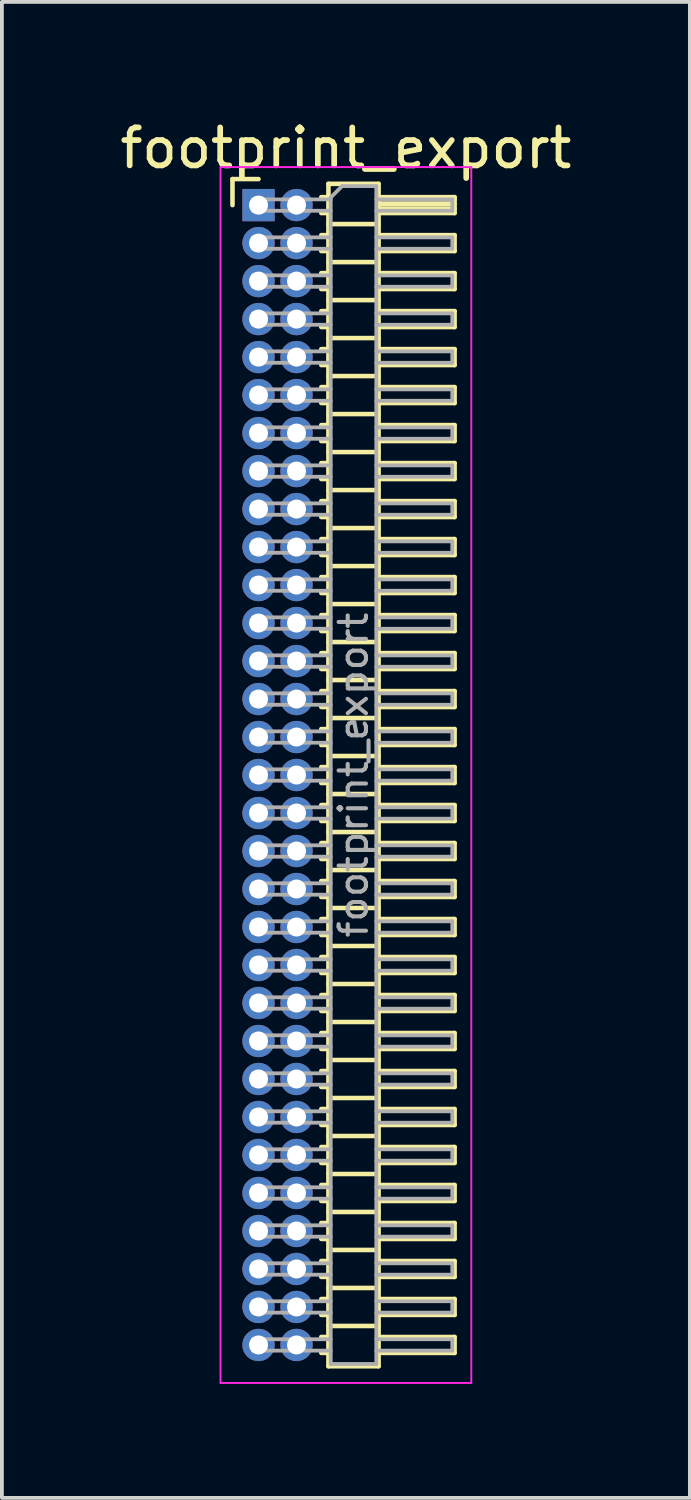
<source format=kicad_pcb>
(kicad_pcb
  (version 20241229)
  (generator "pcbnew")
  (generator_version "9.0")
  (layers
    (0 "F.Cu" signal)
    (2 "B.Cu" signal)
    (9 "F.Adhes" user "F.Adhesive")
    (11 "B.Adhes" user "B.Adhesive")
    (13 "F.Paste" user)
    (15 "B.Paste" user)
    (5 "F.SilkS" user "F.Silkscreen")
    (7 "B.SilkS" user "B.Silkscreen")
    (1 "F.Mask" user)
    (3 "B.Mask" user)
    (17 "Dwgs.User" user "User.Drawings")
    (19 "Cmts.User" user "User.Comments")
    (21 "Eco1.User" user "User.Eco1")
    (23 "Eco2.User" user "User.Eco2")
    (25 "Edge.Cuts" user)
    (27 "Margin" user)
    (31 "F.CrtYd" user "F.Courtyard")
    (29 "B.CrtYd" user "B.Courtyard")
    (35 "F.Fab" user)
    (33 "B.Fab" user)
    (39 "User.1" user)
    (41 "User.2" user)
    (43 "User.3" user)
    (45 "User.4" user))
  (footprint "footprint_export"
    (layer "F.Cu")
    (at 3.754 2.348)
    (property "Reference" "footprint_export" (at 2.3 -1.5 0) (layer "F.SilkS") (effects (font (size 1 1) (thickness 0.15))))
    (attr through_hole)
    (fp_line (start -0.685 -0.685) (end 0 -0.685) (stroke (width 0.12) (type solid)) (layer "F.SilkS"))
    (fp_line (start -0.685 0) (end -0.685 -0.685) (stroke (width 0.12) (type solid)) (layer "F.SilkS"))
    (fp_line (start 1.652 -0.21) (end 1.84 -0.21) (stroke (width 0.12) (type solid)) (layer "F.SilkS"))
    (fp_line (start 1.652 0.21) (end 1.84 0.21) (stroke (width 0.12) (type solid)) (layer "F.SilkS"))
    (fp_line (start 1.652 0.79) (end 1.84 0.79) (stroke (width 0.12) (type solid)) (layer "F.SilkS"))
    (fp_line (start 1.652 1.21) (end 1.84 1.21) (stroke (width 0.12) (type solid)) (layer "F.SilkS"))
    (fp_line (start 1.652 1.79) (end 1.84 1.79) (stroke (width 0.12) (type solid)) (layer "F.SilkS"))
    (fp_line (start 1.652 2.21) (end 1.84 2.21) (stroke (width 0.12) (type solid)) (layer "F.SilkS"))
    (fp_line (start 1.652 2.79) (end 1.84 2.79) (stroke (width 0.12) (type solid)) (layer "F.SilkS"))
    (fp_line (start 1.652 3.21) (end 1.84 3.21) (stroke (width 0.12) (type solid)) (layer "F.SilkS"))
    (fp_line (start 1.652 3.79) (end 1.84 3.79) (stroke (width 0.12) (type solid)) (layer "F.SilkS"))
    (fp_line (start 1.652 4.21) (end 1.84 4.21) (stroke (width 0.12) (type solid)) (layer "F.SilkS"))
    (fp_line (start 1.652 4.79) (end 1.84 4.79) (stroke (width 0.12) (type solid)) (layer "F.SilkS"))
    (fp_line (start 1.652 5.21) (end 1.84 5.21) (stroke (width 0.12) (type solid)) (layer "F.SilkS"))
    (fp_line (start 1.652 5.79) (end 1.84 5.79) (stroke (width 0.12) (type solid)) (layer "F.SilkS"))
    (fp_line (start 1.652 6.21) (end 1.84 6.21) (stroke (width 0.12) (type solid)) (layer "F.SilkS"))
    (fp_line (start 1.652 6.79) (end 1.84 6.79) (stroke (width 0.12) (type solid)) (layer "F.SilkS"))
    (fp_line (start 1.652 7.21) (end 1.84 7.21) (stroke (width 0.12) (type solid)) (layer "F.SilkS"))
    (fp_line (start 1.652 7.79) (end 1.84 7.79) (stroke (width 0.12) (type solid)) (layer "F.SilkS"))
    (fp_line (start 1.652 8.21) (end 1.84 8.21) (stroke (width 0.12) (type solid)) (layer "F.SilkS"))
    (fp_line (start 1.652 8.79) (end 1.84 8.79) (stroke (width 0.12) (type solid)) (layer "F.SilkS"))
    (fp_line (start 1.652 9.21) (end 1.84 9.21) (stroke (width 0.12) (type solid)) (layer "F.SilkS"))
    (fp_line (start 1.652 9.79) (end 1.84 9.79) (stroke (width 0.12) (type solid)) (layer "F.SilkS"))
    (fp_line (start 1.652 10.21) (end 1.84 10.21) (stroke (width 0.12) (type solid)) (layer "F.SilkS"))
    (fp_line (start 1.652 10.79) (end 1.84 10.79) (stroke (width 0.12) (type solid)) (layer "F.SilkS"))
    (fp_line (start 1.652 11.21) (end 1.84 11.21) (stroke (width 0.12) (type solid)) (layer "F.SilkS"))
    (fp_line (start 1.652 11.79) (end 1.84 11.79) (stroke (width 0.12) (type solid)) (layer "F.SilkS"))
    (fp_line (start 1.652 12.21) (end 1.84 12.21) (stroke (width 0.12) (type solid)) (layer "F.SilkS"))
    (fp_line (start 1.652 12.79) (end 1.84 12.79) (stroke (width 0.12) (type solid)) (layer "F.SilkS"))
    (fp_line (start 1.652 13.21) (end 1.84 13.21) (stroke (width 0.12) (type solid)) (layer "F.SilkS"))
    (fp_line (start 1.652 13.79) (end 1.84 13.79) (stroke (width 0.12) (type solid)) (layer "F.SilkS"))
    (fp_line (start 1.652 14.21) (end 1.84 14.21) (stroke (width 0.12) (type solid)) (layer "F.SilkS"))
    (fp_line (start 1.652 14.79) (end 1.84 14.79) (stroke (width 0.12) (type solid)) (layer "F.SilkS"))
    (fp_line (start 1.652 15.21) (end 1.84 15.21) (stroke (width 0.12) (type solid)) (layer "F.SilkS"))
    (fp_line (start 1.652 15.79) (end 1.84 15.79) (stroke (width 0.12) (type solid)) (layer "F.SilkS"))
    (fp_line (start 1.652 16.21) (end 1.84 16.21) (stroke (width 0.12) (type solid)) (layer "F.SilkS"))
    (fp_line (start 1.652 16.79) (end 1.84 16.79) (stroke (width 0.12) (type solid)) (layer "F.SilkS"))
    (fp_line (start 1.652 17.21) (end 1.84 17.21) (stroke (width 0.12) (type solid)) (layer "F.SilkS"))
    (fp_line (start 1.652 17.79) (end 1.84 17.79) (stroke (width 0.12) (type solid)) (layer "F.SilkS"))
    (fp_line (start 1.652 18.21) (end 1.84 18.21) (stroke (width 0.12) (type solid)) (layer "F.SilkS"))
    (fp_line (start 1.652 18.79) (end 1.84 18.79) (stroke (width 0.12) (type solid)) (layer "F.SilkS"))
    (fp_line (start 1.652 19.21) (end 1.84 19.21) (stroke (width 0.12) (type solid)) (layer "F.SilkS"))
    (fp_line (start 1.652 19.79) (end 1.84 19.79) (stroke (width 0.12) (type solid)) (layer "F.SilkS"))
    (fp_line (start 1.652 20.21) (end 1.84 20.21) (stroke (width 0.12) (type solid)) (layer "F.SilkS"))
    (fp_line (start 1.652 20.79) (end 1.84 20.79) (stroke (width 0.12) (type solid)) (layer "F.SilkS"))
    (fp_line (start 1.652 21.21) (end 1.84 21.21) (stroke (width 0.12) (type solid)) (layer "F.SilkS"))
    (fp_line (start 1.652 21.79) (end 1.84 21.79) (stroke (width 0.12) (type solid)) (layer "F.SilkS"))
    (fp_line (start 1.652 22.21) (end 1.84 22.21) (stroke (width 0.12) (type solid)) (layer "F.SilkS"))
    (fp_line (start 1.652 22.79) (end 1.84 22.79) (stroke (width 0.12) (type solid)) (layer "F.SilkS"))
    (fp_line (start 1.652 23.21) (end 1.84 23.21) (stroke (width 0.12) (type solid)) (layer "F.SilkS"))
    (fp_line (start 1.652 23.79) (end 1.84 23.79) (stroke (width 0.12) (type solid)) (layer "F.SilkS"))
    (fp_line (start 1.652 24.21) (end 1.84 24.21) (stroke (width 0.12) (type solid)) (layer "F.SilkS"))
    (fp_line (start 1.652 24.79) (end 1.84 24.79) (stroke (width 0.12) (type solid)) (layer "F.SilkS"))
    (fp_line (start 1.652 25.21) (end 1.84 25.21) (stroke (width 0.12) (type solid)) (layer "F.SilkS"))
    (fp_line (start 1.652 25.79) (end 1.84 25.79) (stroke (width 0.12) (type solid)) (layer "F.SilkS"))
    (fp_line (start 1.652 26.21) (end 1.84 26.21) (stroke (width 0.12) (type solid)) (layer "F.SilkS"))
    (fp_line (start 1.652 26.79) (end 1.84 26.79) (stroke (width 0.12) (type solid)) (layer "F.SilkS"))
    (fp_line (start 1.652 27.21) (end 1.84 27.21) (stroke (width 0.12) (type solid)) (layer "F.SilkS"))
    (fp_line (start 1.652 27.79) (end 1.84 27.79) (stroke (width 0.12) (type solid)) (layer "F.SilkS"))
    (fp_line (start 1.652 28.21) (end 1.84 28.21) (stroke (width 0.12) (type solid)) (layer "F.SilkS"))
    (fp_line (start 1.652 28.79) (end 1.84 28.79) (stroke (width 0.12) (type solid)) (layer "F.SilkS"))
    (fp_line (start 1.652 29.21) (end 1.84 29.21) (stroke (width 0.12) (type solid)) (layer "F.SilkS"))
    (fp_line (start 1.652 29.79) (end 1.84 29.79) (stroke (width 0.12) (type solid)) (layer "F.SilkS"))
    (fp_line (start 1.652 30.21) (end 1.84 30.21) (stroke (width 0.12) (type solid)) (layer "F.SilkS"))
    (fp_line (start 1.84 -0.56) (end 1.84 30.56) (stroke (width 0.12) (type solid)) (layer "F.SilkS"))
    (fp_line (start 1.84 0.5) (end 3.16 0.5) (stroke (width 0.12) (type solid)) (layer "F.SilkS"))
    (fp_line (start 1.84 1.5) (end 3.16 1.5) (stroke (width 0.12) (type solid)) (layer "F.SilkS"))
    (fp_line (start 1.84 2.5) (end 3.16 2.5) (stroke (width 0.12) (type solid)) (layer "F.SilkS"))
    (fp_line (start 1.84 3.5) (end 3.16 3.5) (stroke (width 0.12) (type solid)) (layer "F.SilkS"))
    (fp_line (start 1.84 4.5) (end 3.16 4.5) (stroke (width 0.12) (type solid)) (layer "F.SilkS"))
    (fp_line (start 1.84 5.5) (end 3.16 5.5) (stroke (width 0.12) (type solid)) (layer "F.SilkS"))
    (fp_line (start 1.84 6.5) (end 3.16 6.5) (stroke (width 0.12) (type solid)) (layer "F.SilkS"))
    (fp_line (start 1.84 7.5) (end 3.16 7.5) (stroke (width 0.12) (type solid)) (layer "F.SilkS"))
    (fp_line (start 1.84 8.5) (end 3.16 8.5) (stroke (width 0.12) (type solid)) (layer "F.SilkS"))
    (fp_line (start 1.84 9.5) (end 3.16 9.5) (stroke (width 0.12) (type solid)) (layer "F.SilkS"))
    (fp_line (start 1.84 10.5) (end 3.16 10.5) (stroke (width 0.12) (type solid)) (layer "F.SilkS"))
    (fp_line (start 1.84 11.5) (end 3.16 11.5) (stroke (width 0.12) (type solid)) (layer "F.SilkS"))
    (fp_line (start 1.84 12.5) (end 3.16 12.5) (stroke (width 0.12) (type solid)) (layer "F.SilkS"))
    (fp_line (start 1.84 13.5) (end 3.16 13.5) (stroke (width 0.12) (type solid)) (layer "F.SilkS"))
    (fp_line (start 1.84 14.5) (end 3.16 14.5) (stroke (width 0.12) (type solid)) (layer "F.SilkS"))
    (fp_line (start 1.84 15.5) (end 3.16 15.5) (stroke (width 0.12) (type solid)) (layer "F.SilkS"))
    (fp_line (start 1.84 16.5) (end 3.16 16.5) (stroke (width 0.12) (type solid)) (layer "F.SilkS"))
    (fp_line (start 1.84 17.5) (end 3.16 17.5) (stroke (width 0.12) (type solid)) (layer "F.SilkS"))
    (fp_line (start 1.84 18.5) (end 3.16 18.5) (stroke (width 0.12) (type solid)) (layer "F.SilkS"))
    (fp_line (start 1.84 19.5) (end 3.16 19.5) (stroke (width 0.12) (type solid)) (layer "F.SilkS"))
    (fp_line (start 1.84 20.5) (end 3.16 20.5) (stroke (width 0.12) (type solid)) (layer "F.SilkS"))
    (fp_line (start 1.84 21.5) (end 3.16 21.5) (stroke (width 0.12) (type solid)) (layer "F.SilkS"))
    (fp_line (start 1.84 22.5) (end 3.16 22.5) (stroke (width 0.12) (type solid)) (layer "F.SilkS"))
    (fp_line (start 1.84 23.5) (end 3.16 23.5) (stroke (width 0.12) (type solid)) (layer "F.SilkS"))
    (fp_line (start 1.84 24.5) (end 3.16 24.5) (stroke (width 0.12) (type solid)) (layer "F.SilkS"))
    (fp_line (start 1.84 25.5) (end 3.16 25.5) (stroke (width 0.12) (type solid)) (layer "F.SilkS"))
    (fp_line (start 1.84 26.5) (end 3.16 26.5) (stroke (width 0.12) (type solid)) (layer "F.SilkS"))
    (fp_line (start 1.84 27.5) (end 3.16 27.5) (stroke (width 0.12) (type solid)) (layer "F.SilkS"))
    (fp_line (start 1.84 28.5) (end 3.16 28.5) (stroke (width 0.12) (type solid)) (layer "F.SilkS"))
    (fp_line (start 1.84 29.5) (end 3.16 29.5) (stroke (width 0.12) (type solid)) (layer "F.SilkS"))
    (fp_line (start 1.84 30.56) (end 3.16 30.56) (stroke (width 0.12) (type solid)) (layer "F.SilkS"))
    (fp_line (start 3.16 -0.56) (end 1.84 -0.56) (stroke (width 0.12) (type solid)) (layer "F.SilkS"))
    (fp_line (start 3.16 -0.21) (end 5.16 -0.21) (stroke (width 0.12) (type solid)) (layer "F.SilkS"))
    (fp_line (start 3.16 -0.15) (end 5.16 -0.15) (stroke (width 0.12) (type solid)) (layer "F.SilkS"))
    (fp_line (start 3.16 -0.03) (end 5.16 -0.03) (stroke (width 0.12) (type solid)) (layer "F.SilkS"))
    (fp_line (start 3.16 0.09) (end 5.16 0.09) (stroke (width 0.12) (type solid)) (layer "F.SilkS"))
    (fp_line (start 3.16 0.79) (end 5.16 0.79) (stroke (width 0.12) (type solid)) (layer "F.SilkS"))
    (fp_line (start 3.16 1.79) (end 5.16 1.79) (stroke (width 0.12) (type solid)) (layer "F.SilkS"))
    (fp_line (start 3.16 2.79) (end 5.16 2.79) (stroke (width 0.12) (type solid)) (layer "F.SilkS"))
    (fp_line (start 3.16 3.79) (end 5.16 3.79) (stroke (width 0.12) (type solid)) (layer "F.SilkS"))
    (fp_line (start 3.16 4.79) (end 5.16 4.79) (stroke (width 0.12) (type solid)) (layer "F.SilkS"))
    (fp_line (start 3.16 5.79) (end 5.16 5.79) (stroke (width 0.12) (type solid)) (layer "F.SilkS"))
    (fp_line (start 3.16 6.79) (end 5.16 6.79) (stroke (width 0.12) (type solid)) (layer "F.SilkS"))
    (fp_line (start 3.16 7.79) (end 5.16 7.79) (stroke (width 0.12) (type solid)) (layer "F.SilkS"))
    (fp_line (start 3.16 8.79) (end 5.16 8.79) (stroke (width 0.12) (type solid)) (layer "F.SilkS"))
    (fp_line (start 3.16 9.79) (end 5.16 9.79) (stroke (width 0.12) (type solid)) (layer "F.SilkS"))
    (fp_line (start 3.16 10.79) (end 5.16 10.79) (stroke (width 0.12) (type solid)) (layer "F.SilkS"))
    (fp_line (start 3.16 11.79) (end 5.16 11.79) (stroke (width 0.12) (type solid)) (layer "F.SilkS"))
    (fp_line (start 3.16 12.79) (end 5.16 12.79) (stroke (width 0.12) (type solid)) (layer "F.SilkS"))
    (fp_line (start 3.16 13.79) (end 5.16 13.79) (stroke (width 0.12) (type solid)) (layer "F.SilkS"))
    (fp_line (start 3.16 14.79) (end 5.16 14.79) (stroke (width 0.12) (type solid)) (layer "F.SilkS"))
    (fp_line (start 3.16 15.79) (end 5.16 15.79) (stroke (width 0.12) (type solid)) (layer "F.SilkS"))
    (fp_line (start 3.16 16.79) (end 5.16 16.79) (stroke (width 0.12) (type solid)) (layer "F.SilkS"))
    (fp_line (start 3.16 17.79) (end 5.16 17.79) (stroke (width 0.12) (type solid)) (layer "F.SilkS"))
    (fp_line (start 3.16 18.79) (end 5.16 18.79) (stroke (width 0.12) (type solid)) (layer "F.SilkS"))
    (fp_line (start 3.16 19.79) (end 5.16 19.79) (stroke (width 0.12) (type solid)) (layer "F.SilkS"))
    (fp_line (start 3.16 20.79) (end 5.16 20.79) (stroke (width 0.12) (type solid)) (layer "F.SilkS"))
    (fp_line (start 3.16 21.79) (end 5.16 21.79) (stroke (width 0.12) (type solid)) (layer "F.SilkS"))
    (fp_line (start 3.16 22.79) (end 5.16 22.79) (stroke (width 0.12) (type solid)) (layer "F.SilkS"))
    (fp_line (start 3.16 23.79) (end 5.16 23.79) (stroke (width 0.12) (type solid)) (layer "F.SilkS"))
    (fp_line (start 3.16 24.79) (end 5.16 24.79) (stroke (width 0.12) (type solid)) (layer "F.SilkS"))
    (fp_line (start 3.16 25.79) (end 5.16 25.79) (stroke (width 0.12) (type solid)) (layer "F.SilkS"))
    (fp_line (start 3.16 26.79) (end 5.16 26.79) (stroke (width 0.12) (type solid)) (layer "F.SilkS"))
    (fp_line (start 3.16 27.79) (end 5.16 27.79) (stroke (width 0.12) (type solid)) (layer "F.SilkS"))
    (fp_line (start 3.16 28.79) (end 5.16 28.79) (stroke (width 0.12) (type solid)) (layer "F.SilkS"))
    (fp_line (start 3.16 29.79) (end 5.16 29.79) (stroke (width 0.12) (type solid)) (layer "F.SilkS"))
    (fp_line (start 3.16 30.56) (end 3.16 -0.56) (stroke (width 0.12) (type solid)) (layer "F.SilkS"))
    (fp_line (start 5.16 -0.21) (end 5.16 0.21) (stroke (width 0.12) (type solid)) (layer "F.SilkS"))
    (fp_line (start 5.16 0.21) (end 3.16 0.21) (stroke (width 0.12) (type solid)) (layer "F.SilkS"))
    (fp_line (start 5.16 0.79) (end 5.16 1.21) (stroke (width 0.12) (type solid)) (layer "F.SilkS"))
    (fp_line (start 5.16 1.21) (end 3.16 1.21) (stroke (width 0.12) (type solid)) (layer "F.SilkS"))
    (fp_line (start 5.16 1.79) (end 5.16 2.21) (stroke (width 0.12) (type solid)) (layer "F.SilkS"))
    (fp_line (start 5.16 2.21) (end 3.16 2.21) (stroke (width 0.12) (type solid)) (layer "F.SilkS"))
    (fp_line (start 5.16 2.79) (end 5.16 3.21) (stroke (width 0.12) (type solid)) (layer "F.SilkS"))
    (fp_line (start 5.16 3.21) (end 3.16 3.21) (stroke (width 0.12) (type solid)) (layer "F.SilkS"))
    (fp_line (start 5.16 3.79) (end 5.16 4.21) (stroke (width 0.12) (type solid)) (layer "F.SilkS"))
    (fp_line (start 5.16 4.21) (end 3.16 4.21) (stroke (width 0.12) (type solid)) (layer "F.SilkS"))
    (fp_line (start 5.16 4.79) (end 5.16 5.21) (stroke (width 0.12) (type solid)) (layer "F.SilkS"))
    (fp_line (start 5.16 5.21) (end 3.16 5.21) (stroke (width 0.12) (type solid)) (layer "F.SilkS"))
    (fp_line (start 5.16 5.79) (end 5.16 6.21) (stroke (width 0.12) (type solid)) (layer "F.SilkS"))
    (fp_line (start 5.16 6.21) (end 3.16 6.21) (stroke (width 0.12) (type solid)) (layer "F.SilkS"))
    (fp_line (start 5.16 6.79) (end 5.16 7.21) (stroke (width 0.12) (type solid)) (layer "F.SilkS"))
    (fp_line (start 5.16 7.21) (end 3.16 7.21) (stroke (width 0.12) (type solid)) (layer "F.SilkS"))
    (fp_line (start 5.16 7.79) (end 5.16 8.21) (stroke (width 0.12) (type solid)) (layer "F.SilkS"))
    (fp_line (start 5.16 8.21) (end 3.16 8.21) (stroke (width 0.12) (type solid)) (layer "F.SilkS"))
    (fp_line (start 5.16 8.79) (end 5.16 9.21) (stroke (width 0.12) (type solid)) (layer "F.SilkS"))
    (fp_line (start 5.16 9.21) (end 3.16 9.21) (stroke (width 0.12) (type solid)) (layer "F.SilkS"))
    (fp_line (start 5.16 9.79) (end 5.16 10.21) (stroke (width 0.12) (type solid)) (layer "F.SilkS"))
    (fp_line (start 5.16 10.21) (end 3.16 10.21) (stroke (width 0.12) (type solid)) (layer "F.SilkS"))
    (fp_line (start 5.16 10.79) (end 5.16 11.21) (stroke (width 0.12) (type solid)) (layer "F.SilkS"))
    (fp_line (start 5.16 11.21) (end 3.16 11.21) (stroke (width 0.12) (type solid)) (layer "F.SilkS"))
    (fp_line (start 5.16 11.79) (end 5.16 12.21) (stroke (width 0.12) (type solid)) (layer "F.SilkS"))
    (fp_line (start 5.16 12.21) (end 3.16 12.21) (stroke (width 0.12) (type solid)) (layer "F.SilkS"))
    (fp_line (start 5.16 12.79) (end 5.16 13.21) (stroke (width 0.12) (type solid)) (layer "F.SilkS"))
    (fp_line (start 5.16 13.21) (end 3.16 13.21) (stroke (width 0.12) (type solid)) (layer "F.SilkS"))
    (fp_line (start 5.16 13.79) (end 5.16 14.21) (stroke (width 0.12) (type solid)) (layer "F.SilkS"))
    (fp_line (start 5.16 14.21) (end 3.16 14.21) (stroke (width 0.12) (type solid)) (layer "F.SilkS"))
    (fp_line (start 5.16 14.79) (end 5.16 15.21) (stroke (width 0.12) (type solid)) (layer "F.SilkS"))
    (fp_line (start 5.16 15.21) (end 3.16 15.21) (stroke (width 0.12) (type solid)) (layer "F.SilkS"))
    (fp_line (start 5.16 15.79) (end 5.16 16.21) (stroke (width 0.12) (type solid)) (layer "F.SilkS"))
    (fp_line (start 5.16 16.21) (end 3.16 16.21) (stroke (width 0.12) (type solid)) (layer "F.SilkS"))
    (fp_line (start 5.16 16.79) (end 5.16 17.21) (stroke (width 0.12) (type solid)) (layer "F.SilkS"))
    (fp_line (start 5.16 17.21) (end 3.16 17.21) (stroke (width 0.12) (type solid)) (layer "F.SilkS"))
    (fp_line (start 5.16 17.79) (end 5.16 18.21) (stroke (width 0.12) (type solid)) (layer "F.SilkS"))
    (fp_line (start 5.16 18.21) (end 3.16 18.21) (stroke (width 0.12) (type solid)) (layer "F.SilkS"))
    (fp_line (start 5.16 18.79) (end 5.16 19.21) (stroke (width 0.12) (type solid)) (layer "F.SilkS"))
    (fp_line (start 5.16 19.21) (end 3.16 19.21) (stroke (width 0.12) (type solid)) (layer "F.SilkS"))
    (fp_line (start 5.16 19.79) (end 5.16 20.21) (stroke (width 0.12) (type solid)) (layer "F.SilkS"))
    (fp_line (start 5.16 20.21) (end 3.16 20.21) (stroke (width 0.12) (type solid)) (layer "F.SilkS"))
    (fp_line (start 5.16 20.79) (end 5.16 21.21) (stroke (width 0.12) (type solid)) (layer "F.SilkS"))
    (fp_line (start 5.16 21.21) (end 3.16 21.21) (stroke (width 0.12) (type solid)) (layer "F.SilkS"))
    (fp_line (start 5.16 21.79) (end 5.16 22.21) (stroke (width 0.12) (type solid)) (layer "F.SilkS"))
    (fp_line (start 5.16 22.21) (end 3.16 22.21) (stroke (width 0.12) (type solid)) (layer "F.SilkS"))
    (fp_line (start 5.16 22.79) (end 5.16 23.21) (stroke (width 0.12) (type solid)) (layer "F.SilkS"))
    (fp_line (start 5.16 23.21) (end 3.16 23.21) (stroke (width 0.12) (type solid)) (layer "F.SilkS"))
    (fp_line (start 5.16 23.79) (end 5.16 24.21) (stroke (width 0.12) (type solid)) (layer "F.SilkS"))
    (fp_line (start 5.16 24.21) (end 3.16 24.21) (stroke (width 0.12) (type solid)) (layer "F.SilkS"))
    (fp_line (start 5.16 24.79) (end 5.16 25.21) (stroke (width 0.12) (type solid)) (layer "F.SilkS"))
    (fp_line (start 5.16 25.21) (end 3.16 25.21) (stroke (width 0.12) (type solid)) (layer "F.SilkS"))
    (fp_line (start 5.16 25.79) (end 5.16 26.21) (stroke (width 0.12) (type solid)) (layer "F.SilkS"))
    (fp_line (start 5.16 26.21) (end 3.16 26.21) (stroke (width 0.12) (type solid)) (layer "F.SilkS"))
    (fp_line (start 5.16 26.79) (end 5.16 27.21) (stroke (width 0.12) (type solid)) (layer "F.SilkS"))
    (fp_line (start 5.16 27.21) (end 3.16 27.21) (stroke (width 0.12) (type solid)) (layer "F.SilkS"))
    (fp_line (start 5.16 27.79) (end 5.16 28.21) (stroke (width 0.12) (type solid)) (layer "F.SilkS"))
    (fp_line (start 5.16 28.21) (end 3.16 28.21) (stroke (width 0.12) (type solid)) (layer "F.SilkS"))
    (fp_line (start 5.16 28.79) (end 5.16 29.21) (stroke (width 0.12) (type solid)) (layer "F.SilkS"))
    (fp_line (start 5.16 29.21) (end 3.16 29.21) (stroke (width 0.12) (type solid)) (layer "F.SilkS"))
    (fp_line (start 5.16 29.79) (end 5.16 30.21) (stroke (width 0.12) (type solid)) (layer "F.SilkS"))
    (fp_line (start 5.16 30.21) (end 3.16 30.21) (stroke (width 0.12) (type solid)) (layer "F.SilkS"))
    (fp_line (start -1 -1) (end -1 31) (stroke (width 0.05) (type solid)) (layer "F.CrtYd"))
    (fp_line (start -1 31) (end 5.6 31) (stroke (width 0.05) (type solid)) (layer "F.CrtYd"))
    (fp_line (start 5.6 -1) (end -1 -1) (stroke (width 0.05) (type solid)) (layer "F.CrtYd"))
    (fp_line (start 5.6 31) (end 5.6 -1) (stroke (width 0.05) (type solid)) (layer "F.CrtYd"))
    (fp_line (start -0.15 -0.15) (end -0.15 0.15) (stroke (width 0.1) (type solid)) (layer "F.Fab"))
    (fp_line (start -0.15 -0.15) (end 1.9 -0.15) (stroke (width 0.1) (type solid)) (layer "F.Fab"))
    (fp_line (start -0.15 0.15) (end 1.9 0.15) (stroke (width 0.1) (type solid)) (layer "F.Fab"))
    (fp_line (start -0.15 0.85) (end -0.15 1.15) (stroke (width 0.1) (type solid)) (layer "F.Fab"))
    (fp_line (start -0.15 0.85) (end 1.9 0.85) (stroke (width 0.1) (type solid)) (layer "F.Fab"))
    (fp_line (start -0.15 1.15) (end 1.9 1.15) (stroke (width 0.1) (type solid)) (layer "F.Fab"))
    (fp_line (start -0.15 1.85) (end -0.15 2.15) (stroke (width 0.1) (type solid)) (layer "F.Fab"))
    (fp_line (start -0.15 1.85) (end 1.9 1.85) (stroke (width 0.1) (type solid)) (layer "F.Fab"))
    (fp_line (start -0.15 2.15) (end 1.9 2.15) (stroke (width 0.1) (type solid)) (layer "F.Fab"))
    (fp_line (start -0.15 2.85) (end -0.15 3.15) (stroke (width 0.1) (type solid)) (layer "F.Fab"))
    (fp_line (start -0.15 2.85) (end 1.9 2.85) (stroke (width 0.1) (type solid)) (layer "F.Fab"))
    (fp_line (start -0.15 3.15) (end 1.9 3.15) (stroke (width 0.1) (type solid)) (layer "F.Fab"))
    (fp_line (start -0.15 3.85) (end -0.15 4.15) (stroke (width 0.1) (type solid)) (layer "F.Fab"))
    (fp_line (start -0.15 3.85) (end 1.9 3.85) (stroke (width 0.1) (type solid)) (layer "F.Fab"))
    (fp_line (start -0.15 4.15) (end 1.9 4.15) (stroke (width 0.1) (type solid)) (layer "F.Fab"))
    (fp_line (start -0.15 4.85) (end -0.15 5.15) (stroke (width 0.1) (type solid)) (layer "F.Fab"))
    (fp_line (start -0.15 4.85) (end 1.9 4.85) (stroke (width 0.1) (type solid)) (layer "F.Fab"))
    (fp_line (start -0.15 5.15) (end 1.9 5.15) (stroke (width 0.1) (type solid)) (layer "F.Fab"))
    (fp_line (start -0.15 5.85) (end -0.15 6.15) (stroke (width 0.1) (type solid)) (layer "F.Fab"))
    (fp_line (start -0.15 5.85) (end 1.9 5.85) (stroke (width 0.1) (type solid)) (layer "F.Fab"))
    (fp_line (start -0.15 6.15) (end 1.9 6.15) (stroke (width 0.1) (type solid)) (layer "F.Fab"))
    (fp_line (start -0.15 6.85) (end -0.15 7.15) (stroke (width 0.1) (type solid)) (layer "F.Fab"))
    (fp_line (start -0.15 6.85) (end 1.9 6.85) (stroke (width 0.1) (type solid)) (layer "F.Fab"))
    (fp_line (start -0.15 7.15) (end 1.9 7.15) (stroke (width 0.1) (type solid)) (layer "F.Fab"))
    (fp_line (start -0.15 7.85) (end -0.15 8.15) (stroke (width 0.1) (type solid)) (layer "F.Fab"))
    (fp_line (start -0.15 7.85) (end 1.9 7.85) (stroke (width 0.1) (type solid)) (layer "F.Fab"))
    (fp_line (start -0.15 8.15) (end 1.9 8.15) (stroke (width 0.1) (type solid)) (layer "F.Fab"))
    (fp_line (start -0.15 8.85) (end -0.15 9.15) (stroke (width 0.1) (type solid)) (layer "F.Fab"))
    (fp_line (start -0.15 8.85) (end 1.9 8.85) (stroke (width 0.1) (type solid)) (layer "F.Fab"))
    (fp_line (start -0.15 9.15) (end 1.9 9.15) (stroke (width 0.1) (type solid)) (layer "F.Fab"))
    (fp_line (start -0.15 9.85) (end -0.15 10.15) (stroke (width 0.1) (type solid)) (layer "F.Fab"))
    (fp_line (start -0.15 9.85) (end 1.9 9.85) (stroke (width 0.1) (type solid)) (layer "F.Fab"))
    (fp_line (start -0.15 10.15) (end 1.9 10.15) (stroke (width 0.1) (type solid)) (layer "F.Fab"))
    (fp_line (start -0.15 10.85) (end -0.15 11.15) (stroke (width 0.1) (type solid)) (layer "F.Fab"))
    (fp_line (start -0.15 10.85) (end 1.9 10.85) (stroke (width 0.1) (type solid)) (layer "F.Fab"))
    (fp_line (start -0.15 11.15) (end 1.9 11.15) (stroke (width 0.1) (type solid)) (layer "F.Fab"))
    (fp_line (start -0.15 11.85) (end -0.15 12.15) (stroke (width 0.1) (type solid)) (layer "F.Fab"))
    (fp_line (start -0.15 11.85) (end 1.9 11.85) (stroke (width 0.1) (type solid)) (layer "F.Fab"))
    (fp_line (start -0.15 12.15) (end 1.9 12.15) (stroke (width 0.1) (type solid)) (layer "F.Fab"))
    (fp_line (start -0.15 12.85) (end -0.15 13.15) (stroke (width 0.1) (type solid)) (layer "F.Fab"))
    (fp_line (start -0.15 12.85) (end 1.9 12.85) (stroke (width 0.1) (type solid)) (layer "F.Fab"))
    (fp_line (start -0.15 13.15) (end 1.9 13.15) (stroke (width 0.1) (type solid)) (layer "F.Fab"))
    (fp_line (start -0.15 13.85) (end -0.15 14.15) (stroke (width 0.1) (type solid)) (layer "F.Fab"))
    (fp_line (start -0.15 13.85) (end 1.9 13.85) (stroke (width 0.1) (type solid)) (layer "F.Fab"))
    (fp_line (start -0.15 14.15) (end 1.9 14.15) (stroke (width 0.1) (type solid)) (layer "F.Fab"))
    (fp_line (start -0.15 14.85) (end -0.15 15.15) (stroke (width 0.1) (type solid)) (layer "F.Fab"))
    (fp_line (start -0.15 14.85) (end 1.9 14.85) (stroke (width 0.1) (type solid)) (layer "F.Fab"))
    (fp_line (start -0.15 15.15) (end 1.9 15.15) (stroke (width 0.1) (type solid)) (layer "F.Fab"))
    (fp_line (start -0.15 15.85) (end -0.15 16.15) (stroke (width 0.1) (type solid)) (layer "F.Fab"))
    (fp_line (start -0.15 15.85) (end 1.9 15.85) (stroke (width 0.1) (type solid)) (layer "F.Fab"))
    (fp_line (start -0.15 16.15) (end 1.9 16.15) (stroke (width 0.1) (type solid)) (layer "F.Fab"))
    (fp_line (start -0.15 16.85) (end -0.15 17.15) (stroke (width 0.1) (type solid)) (layer "F.Fab"))
    (fp_line (start -0.15 16.85) (end 1.9 16.85) (stroke (width 0.1) (type solid)) (layer "F.Fab"))
    (fp_line (start -0.15 17.15) (end 1.9 17.15) (stroke (width 0.1) (type solid)) (layer "F.Fab"))
    (fp_line (start -0.15 17.85) (end -0.15 18.15) (stroke (width 0.1) (type solid)) (layer "F.Fab"))
    (fp_line (start -0.15 17.85) (end 1.9 17.85) (stroke (width 0.1) (type solid)) (layer "F.Fab"))
    (fp_line (start -0.15 18.15) (end 1.9 18.15) (stroke (width 0.1) (type solid)) (layer "F.Fab"))
    (fp_line (start -0.15 18.85) (end -0.15 19.15) (stroke (width 0.1) (type solid)) (layer "F.Fab"))
    (fp_line (start -0.15 18.85) (end 1.9 18.85) (stroke (width 0.1) (type solid)) (layer "F.Fab"))
    (fp_line (start -0.15 19.15) (end 1.9 19.15) (stroke (width 0.1) (type solid)) (layer "F.Fab"))
    (fp_line (start -0.15 19.85) (end -0.15 20.15) (stroke (width 0.1) (type solid)) (layer "F.Fab"))
    (fp_line (start -0.15 19.85) (end 1.9 19.85) (stroke (width 0.1) (type solid)) (layer "F.Fab"))
    (fp_line (start -0.15 20.15) (end 1.9 20.15) (stroke (width 0.1) (type solid)) (layer "F.Fab"))
    (fp_line (start -0.15 20.85) (end -0.15 21.15) (stroke (width 0.1) (type solid)) (layer "F.Fab"))
    (fp_line (start -0.15 20.85) (end 1.9 20.85) (stroke (width 0.1) (type solid)) (layer "F.Fab"))
    (fp_line (start -0.15 21.15) (end 1.9 21.15) (stroke (width 0.1) (type solid)) (layer "F.Fab"))
    (fp_line (start -0.15 21.85) (end -0.15 22.15) (stroke (width 0.1) (type solid)) (layer "F.Fab"))
    (fp_line (start -0.15 21.85) (end 1.9 21.85) (stroke (width 0.1) (type solid)) (layer "F.Fab"))
    (fp_line (start -0.15 22.15) (end 1.9 22.15) (stroke (width 0.1) (type solid)) (layer "F.Fab"))
    (fp_line (start -0.15 22.85) (end -0.15 23.15) (stroke (width 0.1) (type solid)) (layer "F.Fab"))
    (fp_line (start -0.15 22.85) (end 1.9 22.85) (stroke (width 0.1) (type solid)) (layer "F.Fab"))
    (fp_line (start -0.15 23.15) (end 1.9 23.15) (stroke (width 0.1) (type solid)) (layer "F.Fab"))
    (fp_line (start -0.15 23.85) (end -0.15 24.15) (stroke (width 0.1) (type solid)) (layer "F.Fab"))
    (fp_line (start -0.15 23.85) (end 1.9 23.85) (stroke (width 0.1) (type solid)) (layer "F.Fab"))
    (fp_line (start -0.15 24.15) (end 1.9 24.15) (stroke (width 0.1) (type solid)) (layer "F.Fab"))
    (fp_line (start -0.15 24.85) (end -0.15 25.15) (stroke (width 0.1) (type solid)) (layer "F.Fab"))
    (fp_line (start -0.15 24.85) (end 1.9 24.85) (stroke (width 0.1) (type solid)) (layer "F.Fab"))
    (fp_line (start -0.15 25.15) (end 1.9 25.15) (stroke (width 0.1) (type solid)) (layer "F.Fab"))
    (fp_line (start -0.15 25.85) (end -0.15 26.15) (stroke (width 0.1) (type solid)) (layer "F.Fab"))
    (fp_line (start -0.15 25.85) (end 1.9 25.85) (stroke (width 0.1) (type solid)) (layer "F.Fab"))
    (fp_line (start -0.15 26.15) (end 1.9 26.15) (stroke (width 0.1) (type solid)) (layer "F.Fab"))
    (fp_line (start -0.15 26.85) (end -0.15 27.15) (stroke (width 0.1) (type solid)) (layer "F.Fab"))
    (fp_line (start -0.15 26.85) (end 1.9 26.85) (stroke (width 0.1) (type solid)) (layer "F.Fab"))
    (fp_line (start -0.15 27.15) (end 1.9 27.15) (stroke (width 0.1) (type solid)) (layer "F.Fab"))
    (fp_line (start -0.15 27.85) (end -0.15 28.15) (stroke (width 0.1) (type solid)) (layer "F.Fab"))
    (fp_line (start -0.15 27.85) (end 1.9 27.85) (stroke (width 0.1) (type solid)) (layer "F.Fab"))
    (fp_line (start -0.15 28.15) (end 1.9 28.15) (stroke (width 0.1) (type solid)) (layer "F.Fab"))
    (fp_line (start -0.15 28.85) (end -0.15 29.15) (stroke (width 0.1) (type solid)) (layer "F.Fab"))
    (fp_line (start -0.15 28.85) (end 1.9 28.85) (stroke (width 0.1) (type solid)) (layer "F.Fab"))
    (fp_line (start -0.15 29.15) (end 1.9 29.15) (stroke (width 0.1) (type solid)) (layer "F.Fab"))
    (fp_line (start -0.15 29.85) (end -0.15 30.15) (stroke (width 0.1) (type solid)) (layer "F.Fab"))
    (fp_line (start -0.15 29.85) (end 1.9 29.85) (stroke (width 0.1) (type solid)) (layer "F.Fab"))
    (fp_line (start -0.15 30.15) (end 1.9 30.15) (stroke (width 0.1) (type solid)) (layer "F.Fab"))
    (fp_line (start 1.9 -0.2) (end 2.2 -0.5) (stroke (width 0.1) (type solid)) (layer "F.Fab"))
    (fp_line (start 1.9 30.5) (end 1.9 -0.2) (stroke (width 0.1) (type solid)) (layer "F.Fab"))
    (fp_line (start 2.2 -0.5) (end 3.1 -0.5) (stroke (width 0.1) (type solid)) (layer "F.Fab"))
    (fp_line (start 3.1 -0.5) (end 3.1 30.5) (stroke (width 0.1) (type solid)) (layer "F.Fab"))
    (fp_line (start 3.1 -0.15) (end 5.1 -0.15) (stroke (width 0.1) (type solid)) (layer "F.Fab"))
    (fp_line (start 3.1 0.15) (end 5.1 0.15) (stroke (width 0.1) (type solid)) (layer "F.Fab"))
    (fp_line (start 3.1 0.85) (end 5.1 0.85) (stroke (width 0.1) (type solid)) (layer "F.Fab"))
    (fp_line (start 3.1 1.15) (end 5.1 1.15) (stroke (width 0.1) (type solid)) (layer "F.Fab"))
    (fp_line (start 3.1 1.85) (end 5.1 1.85) (stroke (width 0.1) (type solid)) (layer "F.Fab"))
    (fp_line (start 3.1 2.15) (end 5.1 2.15) (stroke (width 0.1) (type solid)) (layer "F.Fab"))
    (fp_line (start 3.1 2.85) (end 5.1 2.85) (stroke (width 0.1) (type solid)) (layer "F.Fab"))
    (fp_line (start 3.1 3.15) (end 5.1 3.15) (stroke (width 0.1) (type solid)) (layer "F.Fab"))
    (fp_line (start 3.1 3.85) (end 5.1 3.85) (stroke (width 0.1) (type solid)) (layer "F.Fab"))
    (fp_line (start 3.1 4.15) (end 5.1 4.15) (stroke (width 0.1) (type solid)) (layer "F.Fab"))
    (fp_line (start 3.1 4.85) (end 5.1 4.85) (stroke (width 0.1) (type solid)) (layer "F.Fab"))
    (fp_line (start 3.1 5.15) (end 5.1 5.15) (stroke (width 0.1) (type solid)) (layer "F.Fab"))
    (fp_line (start 3.1 5.85) (end 5.1 5.85) (stroke (width 0.1) (type solid)) (layer "F.Fab"))
    (fp_line (start 3.1 6.15) (end 5.1 6.15) (stroke (width 0.1) (type solid)) (layer "F.Fab"))
    (fp_line (start 3.1 6.85) (end 5.1 6.85) (stroke (width 0.1) (type solid)) (layer "F.Fab"))
    (fp_line (start 3.1 7.15) (end 5.1 7.15) (stroke (width 0.1) (type solid)) (layer "F.Fab"))
    (fp_line (start 3.1 7.85) (end 5.1 7.85) (stroke (width 0.1) (type solid)) (layer "F.Fab"))
    (fp_line (start 3.1 8.15) (end 5.1 8.15) (stroke (width 0.1) (type solid)) (layer "F.Fab"))
    (fp_line (start 3.1 8.85) (end 5.1 8.85) (stroke (width 0.1) (type solid)) (layer "F.Fab"))
    (fp_line (start 3.1 9.15) (end 5.1 9.15) (stroke (width 0.1) (type solid)) (layer "F.Fab"))
    (fp_line (start 3.1 9.85) (end 5.1 9.85) (stroke (width 0.1) (type solid)) (layer "F.Fab"))
    (fp_line (start 3.1 10.15) (end 5.1 10.15) (stroke (width 0.1) (type solid)) (layer "F.Fab"))
    (fp_line (start 3.1 10.85) (end 5.1 10.85) (stroke (width 0.1) (type solid)) (layer "F.Fab"))
    (fp_line (start 3.1 11.15) (end 5.1 11.15) (stroke (width 0.1) (type solid)) (layer "F.Fab"))
    (fp_line (start 3.1 11.85) (end 5.1 11.85) (stroke (width 0.1) (type solid)) (layer "F.Fab"))
    (fp_line (start 3.1 12.15) (end 5.1 12.15) (stroke (width 0.1) (type solid)) (layer "F.Fab"))
    (fp_line (start 3.1 12.85) (end 5.1 12.85) (stroke (width 0.1) (type solid)) (layer "F.Fab"))
    (fp_line (start 3.1 13.15) (end 5.1 13.15) (stroke (width 0.1) (type solid)) (layer "F.Fab"))
    (fp_line (start 3.1 13.85) (end 5.1 13.85) (stroke (width 0.1) (type solid)) (layer "F.Fab"))
    (fp_line (start 3.1 14.15) (end 5.1 14.15) (stroke (width 0.1) (type solid)) (layer "F.Fab"))
    (fp_line (start 3.1 14.85) (end 5.1 14.85) (stroke (width 0.1) (type solid)) (layer "F.Fab"))
    (fp_line (start 3.1 15.15) (end 5.1 15.15) (stroke (width 0.1) (type solid)) (layer "F.Fab"))
    (fp_line (start 3.1 15.85) (end 5.1 15.85) (stroke (width 0.1) (type solid)) (layer "F.Fab"))
    (fp_line (start 3.1 16.15) (end 5.1 16.15) (stroke (width 0.1) (type solid)) (layer "F.Fab"))
    (fp_line (start 3.1 16.85) (end 5.1 16.85) (stroke (width 0.1) (type solid)) (layer "F.Fab"))
    (fp_line (start 3.1 17.15) (end 5.1 17.15) (stroke (width 0.1) (type solid)) (layer "F.Fab"))
    (fp_line (start 3.1 17.85) (end 5.1 17.85) (stroke (width 0.1) (type solid)) (layer "F.Fab"))
    (fp_line (start 3.1 18.15) (end 5.1 18.15) (stroke (width 0.1) (type solid)) (layer "F.Fab"))
    (fp_line (start 3.1 18.85) (end 5.1 18.85) (stroke (width 0.1) (type solid)) (layer "F.Fab"))
    (fp_line (start 3.1 19.15) (end 5.1 19.15) (stroke (width 0.1) (type solid)) (layer "F.Fab"))
    (fp_line (start 3.1 19.85) (end 5.1 19.85) (stroke (width 0.1) (type solid)) (layer "F.Fab"))
    (fp_line (start 3.1 20.15) (end 5.1 20.15) (stroke (width 0.1) (type solid)) (layer "F.Fab"))
    (fp_line (start 3.1 20.85) (end 5.1 20.85) (stroke (width 0.1) (type solid)) (layer "F.Fab"))
    (fp_line (start 3.1 21.15) (end 5.1 21.15) (stroke (width 0.1) (type solid)) (layer "F.Fab"))
    (fp_line (start 3.1 21.85) (end 5.1 21.85) (stroke (width 0.1) (type solid)) (layer "F.Fab"))
    (fp_line (start 3.1 22.15) (end 5.1 22.15) (stroke (width 0.1) (type solid)) (layer "F.Fab"))
    (fp_line (start 3.1 22.85) (end 5.1 22.85) (stroke (width 0.1) (type solid)) (layer "F.Fab"))
    (fp_line (start 3.1 23.15) (end 5.1 23.15) (stroke (width 0.1) (type solid)) (layer "F.Fab"))
    (fp_line (start 3.1 23.85) (end 5.1 23.85) (stroke (width 0.1) (type solid)) (layer "F.Fab"))
    (fp_line (start 3.1 24.15) (end 5.1 24.15) (stroke (width 0.1) (type solid)) (layer "F.Fab"))
    (fp_line (start 3.1 24.85) (end 5.1 24.85) (stroke (width 0.1) (type solid)) (layer "F.Fab"))
    (fp_line (start 3.1 25.15) (end 5.1 25.15) (stroke (width 0.1) (type solid)) (layer "F.Fab"))
    (fp_line (start 3.1 25.85) (end 5.1 25.85) (stroke (width 0.1) (type solid)) (layer "F.Fab"))
    (fp_line (start 3.1 26.15) (end 5.1 26.15) (stroke (width 0.1) (type solid)) (layer "F.Fab"))
    (fp_line (start 3.1 26.85) (end 5.1 26.85) (stroke (width 0.1) (type solid)) (layer "F.Fab"))
    (fp_line (start 3.1 27.15) (end 5.1 27.15) (stroke (width 0.1) (type solid)) (layer "F.Fab"))
    (fp_line (start 3.1 27.85) (end 5.1 27.85) (stroke (width 0.1) (type solid)) (layer "F.Fab"))
    (fp_line (start 3.1 28.15) (end 5.1 28.15) (stroke (width 0.1) (type solid)) (layer "F.Fab"))
    (fp_line (start 3.1 28.85) (end 5.1 28.85) (stroke (width 0.1) (type solid)) (layer "F.Fab"))
    (fp_line (start 3.1 29.15) (end 5.1 29.15) (stroke (width 0.1) (type solid)) (layer "F.Fab"))
    (fp_line (start 3.1 29.85) (end 5.1 29.85) (stroke (width 0.1) (type solid)) (layer "F.Fab"))
    (fp_line (start 3.1 30.15) (end 5.1 30.15) (stroke (width 0.1) (type solid)) (layer "F.Fab"))
    (fp_line (start 3.1 30.5) (end 1.9 30.5) (stroke (width 0.1) (type solid)) (layer "F.Fab"))
    (fp_line (start 5.1 -0.15) (end 5.1 0.15) (stroke (width 0.1) (type solid)) (layer "F.Fab"))
    (fp_line (start 5.1 0.85) (end 5.1 1.15) (stroke (width 0.1) (type solid)) (layer "F.Fab"))
    (fp_line (start 5.1 1.85) (end 5.1 2.15) (stroke (width 0.1) (type solid)) (layer "F.Fab"))
    (fp_line (start 5.1 2.85) (end 5.1 3.15) (stroke (width 0.1) (type solid)) (layer "F.Fab"))
    (fp_line (start 5.1 3.85) (end 5.1 4.15) (stroke (width 0.1) (type solid)) (layer "F.Fab"))
    (fp_line (start 5.1 4.85) (end 5.1 5.15) (stroke (width 0.1) (type solid)) (layer "F.Fab"))
    (fp_line (start 5.1 5.85) (end 5.1 6.15) (stroke (width 0.1) (type solid)) (layer "F.Fab"))
    (fp_line (start 5.1 6.85) (end 5.1 7.15) (stroke (width 0.1) (type solid)) (layer "F.Fab"))
    (fp_line (start 5.1 7.85) (end 5.1 8.15) (stroke (width 0.1) (type solid)) (layer "F.Fab"))
    (fp_line (start 5.1 8.85) (end 5.1 9.15) (stroke (width 0.1) (type solid)) (layer "F.Fab"))
    (fp_line (start 5.1 9.85) (end 5.1 10.15) (stroke (width 0.1) (type solid)) (layer "F.Fab"))
    (fp_line (start 5.1 10.85) (end 5.1 11.15) (stroke (width 0.1) (type solid)) (layer "F.Fab"))
    (fp_line (start 5.1 11.85) (end 5.1 12.15) (stroke (width 0.1) (type solid)) (layer "F.Fab"))
    (fp_line (start 5.1 12.85) (end 5.1 13.15) (stroke (width 0.1) (type solid)) (layer "F.Fab"))
    (fp_line (start 5.1 13.85) (end 5.1 14.15) (stroke (width 0.1) (type solid)) (layer "F.Fab"))
    (fp_line (start 5.1 14.85) (end 5.1 15.15) (stroke (width 0.1) (type solid)) (layer "F.Fab"))
    (fp_line (start 5.1 15.85) (end 5.1 16.15) (stroke (width 0.1) (type solid)) (layer "F.Fab"))
    (fp_line (start 5.1 16.85) (end 5.1 17.15) (stroke (width 0.1) (type solid)) (layer "F.Fab"))
    (fp_line (start 5.1 17.85) (end 5.1 18.15) (stroke (width 0.1) (type solid)) (layer "F.Fab"))
    (fp_line (start 5.1 18.85) (end 5.1 19.15) (stroke (width 0.1) (type solid)) (layer "F.Fab"))
    (fp_line (start 5.1 19.85) (end 5.1 20.15) (stroke (width 0.1) (type solid)) (layer "F.Fab"))
    (fp_line (start 5.1 20.85) (end 5.1 21.15) (stroke (width 0.1) (type solid)) (layer "F.Fab"))
    (fp_line (start 5.1 21.85) (end 5.1 22.15) (stroke (width 0.1) (type solid)) (layer "F.Fab"))
    (fp_line (start 5.1 22.85) (end 5.1 23.15) (stroke (width 0.1) (type solid)) (layer "F.Fab"))
    (fp_line (start 5.1 23.85) (end 5.1 24.15) (stroke (width 0.1) (type solid)) (layer "F.Fab"))
    (fp_line (start 5.1 24.85) (end 5.1 25.15) (stroke (width 0.1) (type solid)) (layer "F.Fab"))
    (fp_line (start 5.1 25.85) (end 5.1 26.15) (stroke (width 0.1) (type solid)) (layer "F.Fab"))
    (fp_line (start 5.1 26.85) (end 5.1 27.15) (stroke (width 0.1) (type solid)) (layer "F.Fab"))
    (fp_line (start 5.1 27.85) (end 5.1 28.15) (stroke (width 0.1) (type solid)) (layer "F.Fab"))
    (fp_line (start 5.1 28.85) (end 5.1 29.15) (stroke (width 0.1) (type solid)) (layer "F.Fab"))
    (fp_line (start 5.1 29.85) (end 5.1 30.15) (stroke (width 0.1) (type solid)) (layer "F.Fab"))
    (fp_text user "${REFERENCE}" (at 2.5 15 90) (layer "F.Fab") (effects (font (size 0.72 0.72) (thickness 0.108))))
    (pad "1" thru_hole rect (at 0 0) (size 0.85 0.85) (drill 0.5) (layers "*.Cu" "*.Mask"))
    (pad "2" thru_hole oval (at 1 0) (size 0.85 0.85) (drill 0.5) (layers "*.Cu" "*.Mask"))
    (pad "3" thru_hole oval (at 0 1) (size 0.85 0.85) (drill 0.5) (layers "*.Cu" "*.Mask"))
    (pad "4" thru_hole oval (at 1 1) (size 0.85 0.85) (drill 0.5) (layers "*.Cu" "*.Mask"))
    (pad "5" thru_hole oval (at 0 2) (size 0.85 0.85) (drill 0.5) (layers "*.Cu" "*.Mask"))
    (pad "6" thru_hole oval (at 1 2) (size 0.85 0.85) (drill 0.5) (layers "*.Cu" "*.Mask"))
    (pad "7" thru_hole oval (at 0 3) (size 0.85 0.85) (drill 0.5) (layers "*.Cu" "*.Mask"))
    (pad "8" thru_hole oval (at 1 3) (size 0.85 0.85) (drill 0.5) (layers "*.Cu" "*.Mask"))
    (pad "9" thru_hole oval (at 0 4) (size 0.85 0.85) (drill 0.5) (layers "*.Cu" "*.Mask"))
    (pad "10" thru_hole oval (at 1 4) (size 0.85 0.85) (drill 0.5) (layers "*.Cu" "*.Mask"))
    (pad "11" thru_hole oval (at 0 5) (size 0.85 0.85) (drill 0.5) (layers "*.Cu" "*.Mask"))
    (pad "12" thru_hole oval (at 1 5) (size 0.85 0.85) (drill 0.5) (layers "*.Cu" "*.Mask"))
    (pad "13" thru_hole oval (at 0 6) (size 0.85 0.85) (drill 0.5) (layers "*.Cu" "*.Mask"))
    (pad "14" thru_hole oval (at 1 6) (size 0.85 0.85) (drill 0.5) (layers "*.Cu" "*.Mask"))
    (pad "15" thru_hole oval (at 0 7) (size 0.85 0.85) (drill 0.5) (layers "*.Cu" "*.Mask"))
    (pad "16" thru_hole oval (at 1 7) (size 0.85 0.85) (drill 0.5) (layers "*.Cu" "*.Mask"))
    (pad "17" thru_hole oval (at 0 8) (size 0.85 0.85) (drill 0.5) (layers "*.Cu" "*.Mask"))
    (pad "18" thru_hole oval (at 1 8) (size 0.85 0.85) (drill 0.5) (layers "*.Cu" "*.Mask"))
    (pad "19" thru_hole oval (at 0 9) (size 0.85 0.85) (drill 0.5) (layers "*.Cu" "*.Mask"))
    (pad "20" thru_hole oval (at 1 9) (size 0.85 0.85) (drill 0.5) (layers "*.Cu" "*.Mask"))
    (pad "21" thru_hole oval (at 0 10) (size 0.85 0.85) (drill 0.5) (layers "*.Cu" "*.Mask"))
    (pad "22" thru_hole oval (at 1 10) (size 0.85 0.85) (drill 0.5) (layers "*.Cu" "*.Mask"))
    (pad "23" thru_hole oval (at 0 11) (size 0.85 0.85) (drill 0.5) (layers "*.Cu" "*.Mask"))
    (pad "24" thru_hole oval (at 1 11) (size 0.85 0.85) (drill 0.5) (layers "*.Cu" "*.Mask"))
    (pad "25" thru_hole oval (at 0 12) (size 0.85 0.85) (drill 0.5) (layers "*.Cu" "*.Mask"))
    (pad "26" thru_hole oval (at 1 12) (size 0.85 0.85) (drill 0.5) (layers "*.Cu" "*.Mask"))
    (pad "27" thru_hole oval (at 0 13) (size 0.85 0.85) (drill 0.5) (layers "*.Cu" "*.Mask"))
    (pad "28" thru_hole oval (at 1 13) (size 0.85 0.85) (drill 0.5) (layers "*.Cu" "*.Mask"))
    (pad "29" thru_hole oval (at 0 14) (size 0.85 0.85) (drill 0.5) (layers "*.Cu" "*.Mask"))
    (pad "30" thru_hole oval (at 1 14) (size 0.85 0.85) (drill 0.5) (layers "*.Cu" "*.Mask"))
    (pad "31" thru_hole oval (at 0 15) (size 0.85 0.85) (drill 0.5) (layers "*.Cu" "*.Mask"))
    (pad "32" thru_hole oval (at 1 15) (size 0.85 0.85) (drill 0.5) (layers "*.Cu" "*.Mask"))
    (pad "33" thru_hole oval (at 0 16) (size 0.85 0.85) (drill 0.5) (layers "*.Cu" "*.Mask"))
    (pad "34" thru_hole oval (at 1 16) (size 0.85 0.85) (drill 0.5) (layers "*.Cu" "*.Mask"))
    (pad "35" thru_hole oval (at 0 17) (size 0.85 0.85) (drill 0.5) (layers "*.Cu" "*.Mask"))
    (pad "36" thru_hole oval (at 1 17) (size 0.85 0.85) (drill 0.5) (layers "*.Cu" "*.Mask"))
    (pad "37" thru_hole oval (at 0 18) (size 0.85 0.85) (drill 0.5) (layers "*.Cu" "*.Mask"))
    (pad "38" thru_hole oval (at 1 18) (size 0.85 0.85) (drill 0.5) (layers "*.Cu" "*.Mask"))
    (pad "39" thru_hole oval (at 0 19) (size 0.85 0.85) (drill 0.5) (layers "*.Cu" "*.Mask"))
    (pad "40" thru_hole oval (at 1 19) (size 0.85 0.85) (drill 0.5) (layers "*.Cu" "*.Mask"))
    (pad "41" thru_hole oval (at 0 20) (size 0.85 0.85) (drill 0.5) (layers "*.Cu" "*.Mask"))
    (pad "42" thru_hole oval (at 1 20) (size 0.85 0.85) (drill 0.5) (layers "*.Cu" "*.Mask"))
    (pad "43" thru_hole oval (at 0 21) (size 0.85 0.85) (drill 0.5) (layers "*.Cu" "*.Mask"))
    (pad "44" thru_hole oval (at 1 21) (size 0.85 0.85) (drill 0.5) (layers "*.Cu" "*.Mask"))
    (pad "45" thru_hole oval (at 0 22) (size 0.85 0.85) (drill 0.5) (layers "*.Cu" "*.Mask"))
    (pad "46" thru_hole oval (at 1 22) (size 0.85 0.85) (drill 0.5) (layers "*.Cu" "*.Mask"))
    (pad "47" thru_hole oval (at 0 23) (size 0.85 0.85) (drill 0.5) (layers "*.Cu" "*.Mask"))
    (pad "48" thru_hole oval (at 1 23) (size 0.85 0.85) (drill 0.5) (layers "*.Cu" "*.Mask"))
    (pad "49" thru_hole oval (at 0 24) (size 0.85 0.85) (drill 0.5) (layers "*.Cu" "*.Mask"))
    (pad "50" thru_hole oval (at 1 24) (size 0.85 0.85) (drill 0.5) (layers "*.Cu" "*.Mask"))
    (pad "51" thru_hole oval (at 0 25) (size 0.85 0.85) (drill 0.5) (layers "*.Cu" "*.Mask"))
    (pad "52" thru_hole oval (at 1 25) (size 0.85 0.85) (drill 0.5) (layers "*.Cu" "*.Mask"))
    (pad "53" thru_hole oval (at 0 26) (size 0.85 0.85) (drill 0.5) (layers "*.Cu" "*.Mask"))
    (pad "54" thru_hole oval (at 1 26) (size 0.85 0.85) (drill 0.5) (layers "*.Cu" "*.Mask"))
    (pad "55" thru_hole oval (at 0 27) (size 0.85 0.85) (drill 0.5) (layers "*.Cu" "*.Mask"))
    (pad "56" thru_hole oval (at 1 27) (size 0.85 0.85) (drill 0.5) (layers "*.Cu" "*.Mask"))
    (pad "57" thru_hole oval (at 0 28) (size 0.85 0.85) (drill 0.5) (layers "*.Cu" "*.Mask"))
    (pad "58" thru_hole oval (at 1 28) (size 0.85 0.85) (drill 0.5) (layers "*.Cu" "*.Mask"))
    (pad "59" thru_hole oval (at 0 29) (size 0.85 0.85) (drill 0.5) (layers "*.Cu" "*.Mask"))
    (pad "60" thru_hole oval (at 1 29) (size 0.85 0.85) (drill 0.5) (layers "*.Cu" "*.Mask"))
    (pad "61" thru_hole oval (at 0 30) (size 0.85 0.85) (drill 0.5) (layers "*.Cu" "*.Mask"))
    (pad "62" thru_hole oval (at 1 30) (size 0.85 0.85) (drill 0.5) (layers "*.Cu" "*.Mask")))
  (gr_rect
    (start -3 -3)
    (end 15.107 36.373)
    (stroke (width 0.1) (type default))
    (fill no)
    (layer "Edge.Cuts")))
</source>
